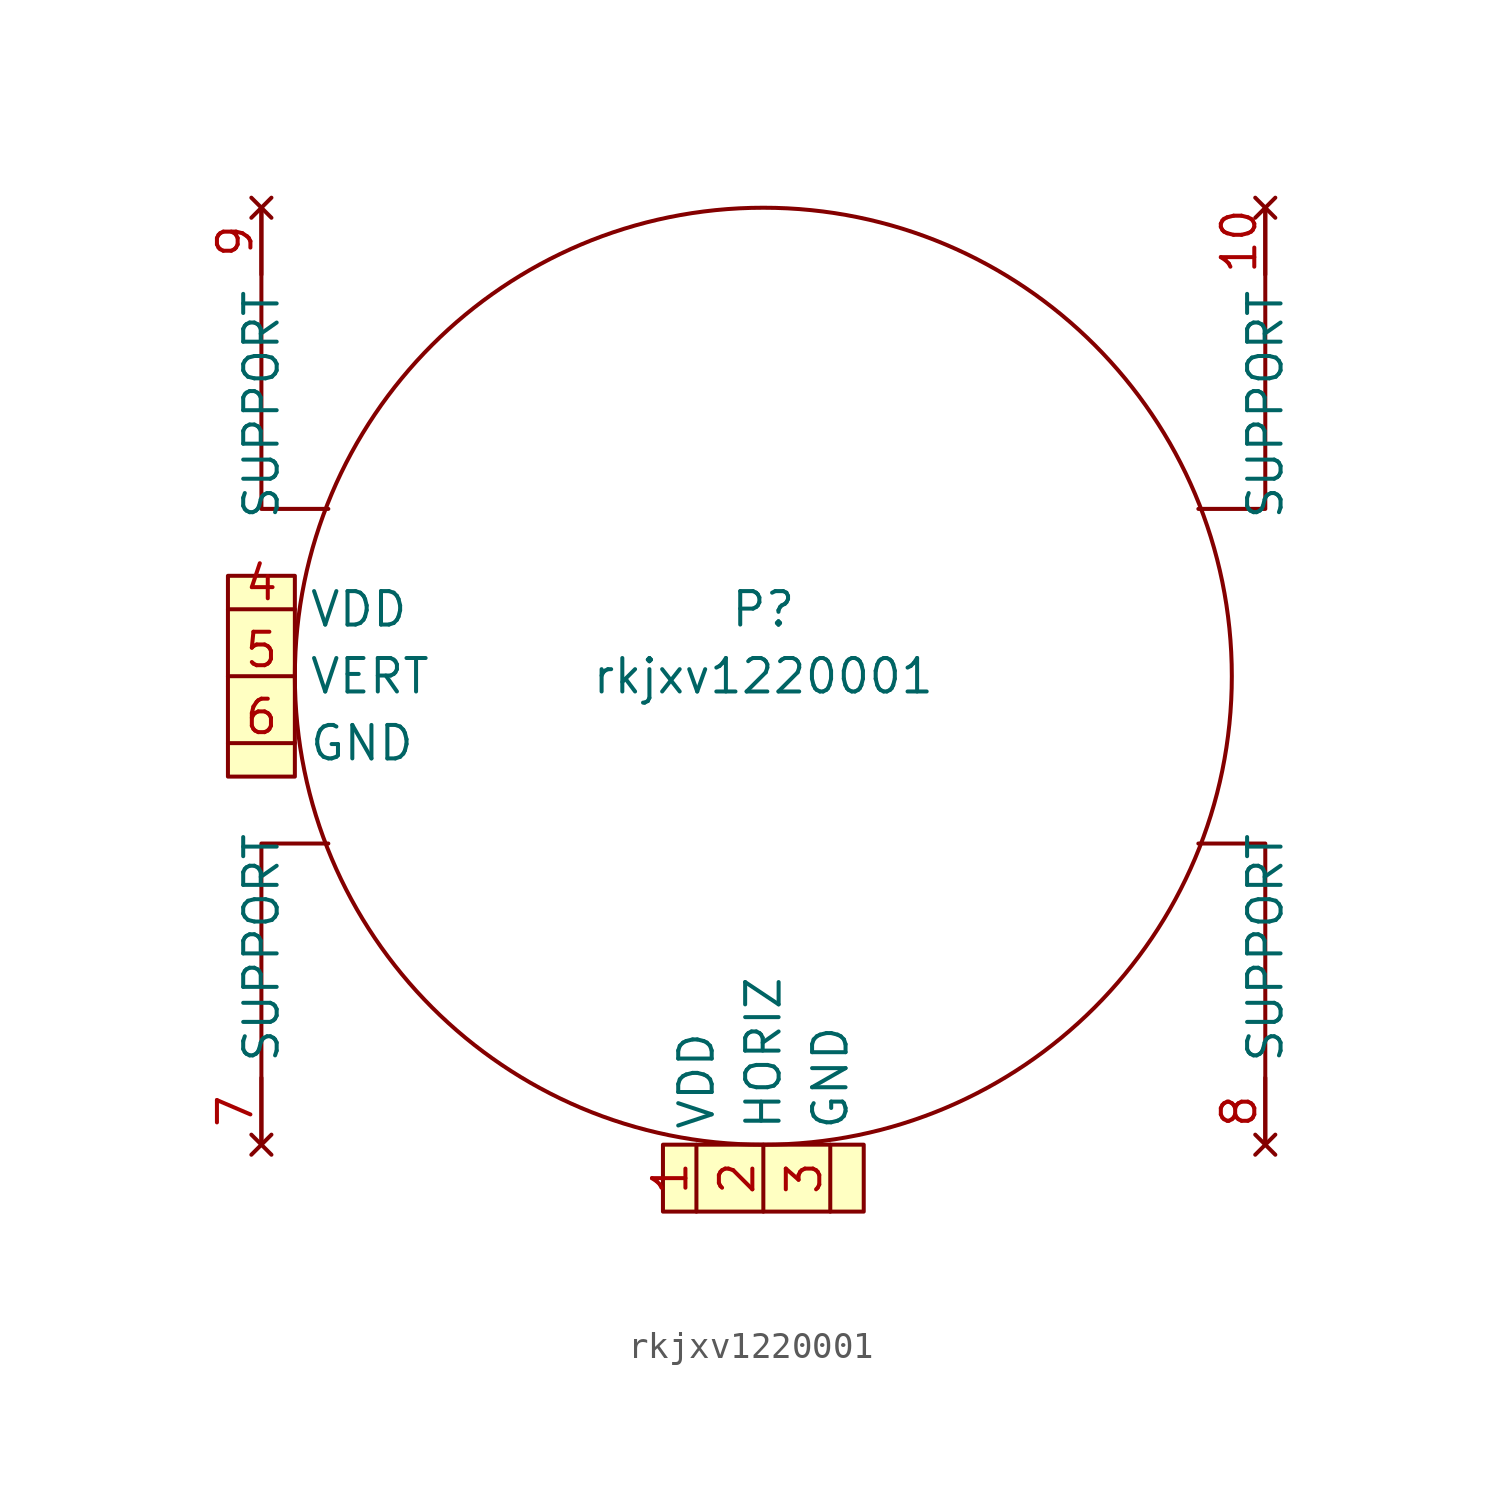
<source format=kicad_sym>
(kicad_symbol_lib
  (version 20211014)
  (generator kicad_symbol_editor)
  (symbol "rkjxv1220001"
    (property "Reference" "P"
      (at 0 2.54 0)
      (effects (font (size 1.27 1.27))))
    (property "Value" "rkjxv1220001"
      (at 0 0 0)
      (effects (font (size 1.27 1.27))))
    (symbol "rkjxv1220001_0_1"
      (rectangle (start -17.78 3.81) (end -20.32 -3.81) (stroke (width 0) (type default) (color 0 0 0 0)) (fill (type background)))
      (rectangle (start -3.81 -20.32) (end 3.81 -17.78) (stroke (width 0) (type default) (color 0 0 0 0)) (fill (type background)))
      (polyline (pts (xy -16.51 6.35) (xy -19.05 6.35) (xy -19.05 17.78)) (stroke (width 0) (type default) (color 0 0 0 0)) (fill (type none)))
      (polyline (pts (xy 16.51 -6.35) (xy 19.05 -6.35) (xy 19.05 -17.78)) (stroke (width 0) (type default) (color 0 0 0 0)) (fill (type none)))
      (polyline (pts (xy 16.51 6.35) (xy 19.05 6.35) (xy 19.05 17.78)) (stroke (width 0) (type default) (color 0 0 0 0)) (fill (type none)))
      (polyline (pts (xy -19.05 -6.35) (xy -16.51 -6.35) (xy -19.05 -6.35) (xy -19.05 -17.78)) (stroke (width 0) (type default) (color 0 0 0 0)) (fill (type none)))
      (circle (center 0 0) (radius 17.78) (stroke (width 0) (type default) (color 0 0 0 0)) (fill (type none))))
    (symbol "rkjxv1220001_1_1"
      (pin power_in line (at -2.54 -20.32 90) (length 2.54) (name "VDD" (effects (font (size 1.27 1.27)))) (number "1" (effects (font (size 1.27 1.27)))))
      (pin no_connect line (at 19.05 17.78 270) (length 2.54) (name "SUPPORT" (effects (font (size 1.27 1.27)))) (number "10" (effects (font (size 1.27 1.27)))))
      (pin output line (at 0 -20.32 90) (length 2.54) (name "HORIZ" (effects (font (size 1.27 1.27)))) (number "2" (effects (font (size 1.27 1.27)))))
      (pin power_in line (at 2.54 -20.32 90) (length 2.54) (name "GND" (effects (font (size 1.27 1.27)))) (number "3" (effects (font (size 1.27 1.27)))))
      (pin power_in line (at -20.32 2.54 0) (length 2.54) (name "VDD" (effects (font (size 1.27 1.27)))) (number "4" (effects (font (size 1.27 1.27)))))
      (pin output line (at -20.32 0 0) (length 2.54) (name "VERT" (effects (font (size 1.27 1.27)))) (number "5" (effects (font (size 1.27 1.27)))))
      (pin power_in line (at -20.32 -2.54 0) (length 2.54) (name "GND" (effects (font (size 1.27 1.27)))) (number "6" (effects (font (size 1.27 1.27)))))
      (pin no_connect line (at -19.05 -17.78 90) (length 2.54) (name "SUPPORT" (effects (font (size 1.27 1.27)))) (number "7" (effects (font (size 1.27 1.27)))))
      (pin no_connect line (at 19.05 -17.78 90) (length 2.54) (name "SUPPORT" (effects (font (size 1.27 1.27)))) (number "8" (effects (font (size 1.27 1.27)))))
      (pin no_connect line (at -19.05 17.78 270) (length 2.54) (name "SUPPORT" (effects (font (size 1.27 1.27)))) (number "9" (effects (font (size 1.27 1.27))))))))
</source>
